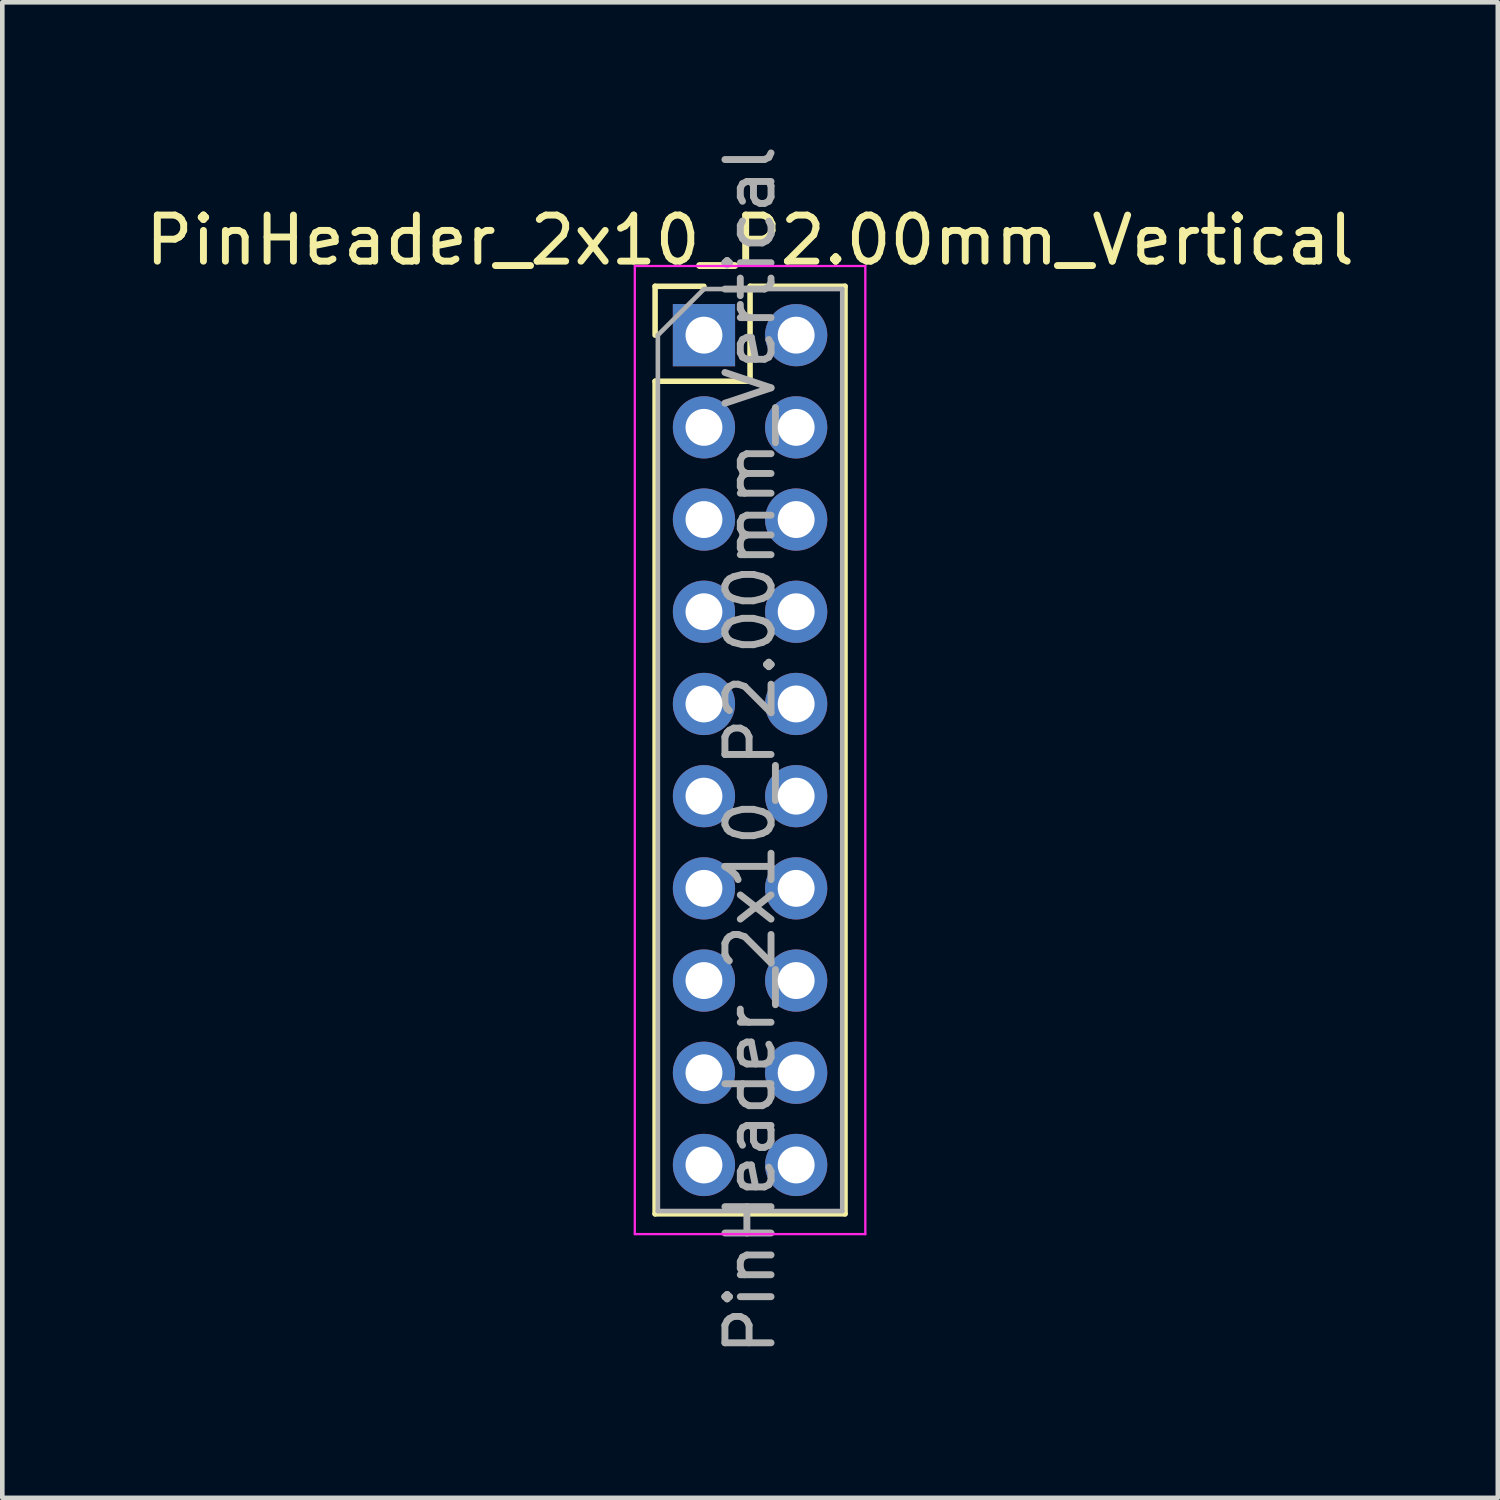
<source format=kicad_pcb>
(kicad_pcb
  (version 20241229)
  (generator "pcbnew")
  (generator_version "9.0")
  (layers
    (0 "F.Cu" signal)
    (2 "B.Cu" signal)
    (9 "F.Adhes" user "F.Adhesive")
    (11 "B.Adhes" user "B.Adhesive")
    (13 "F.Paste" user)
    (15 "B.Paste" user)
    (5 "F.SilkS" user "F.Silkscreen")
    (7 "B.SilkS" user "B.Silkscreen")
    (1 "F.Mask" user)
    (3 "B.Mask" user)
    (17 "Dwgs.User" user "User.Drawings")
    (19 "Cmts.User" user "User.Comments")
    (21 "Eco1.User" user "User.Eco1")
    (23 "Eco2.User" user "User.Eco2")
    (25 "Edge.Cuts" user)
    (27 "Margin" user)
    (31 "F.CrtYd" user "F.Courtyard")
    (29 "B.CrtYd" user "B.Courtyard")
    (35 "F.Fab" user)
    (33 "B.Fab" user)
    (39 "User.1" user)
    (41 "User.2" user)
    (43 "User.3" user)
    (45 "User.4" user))
  (footprint "PinHeader_2x10_P2.00mm_Vertical"
    (layer "F.Cu")
    (at 12.22 4.22)
    (property "Reference" "PinHeader_2x10_P2.00mm_Vertical" (at 1 -2.06 0) (layer "F.SilkS") (effects (font (size 1 1) (thickness 0.15))))
    (attr through_hole)
    (fp_line (start -1.06 -1.06) (end 0 -1.06) (stroke (width 0.12) (type solid)) (layer "F.SilkS"))
    (fp_line (start -1.06 0) (end -1.06 -1.06) (stroke (width 0.12) (type solid)) (layer "F.SilkS"))
    (fp_line (start -1.06 1) (end -1.06 19.06) (stroke (width 0.12) (type solid)) (layer "F.SilkS"))
    (fp_line (start -1.06 1) (end 1 1) (stroke (width 0.12) (type solid)) (layer "F.SilkS"))
    (fp_line (start -1.06 19.06) (end 3.06 19.06) (stroke (width 0.12) (type solid)) (layer "F.SilkS"))
    (fp_line (start 1 -1.06) (end 3.06 -1.06) (stroke (width 0.12) (type solid)) (layer "F.SilkS"))
    (fp_line (start 1 1) (end 1 -1.06) (stroke (width 0.12) (type solid)) (layer "F.SilkS"))
    (fp_line (start 3.06 -1.06) (end 3.06 19.06) (stroke (width 0.12) (type solid)) (layer "F.SilkS"))
    (fp_line (start -1.5 -1.5) (end -1.5 19.5) (stroke (width 0.05) (type solid)) (layer "F.CrtYd"))
    (fp_line (start -1.5 19.5) (end 3.5 19.5) (stroke (width 0.05) (type solid)) (layer "F.CrtYd"))
    (fp_line (start 3.5 -1.5) (end -1.5 -1.5) (stroke (width 0.05) (type solid)) (layer "F.CrtYd"))
    (fp_line (start 3.5 19.5) (end 3.5 -1.5) (stroke (width 0.05) (type solid)) (layer "F.CrtYd"))
    (fp_line (start -1 0) (end 0 -1) (stroke (width 0.1) (type solid)) (layer "F.Fab"))
    (fp_line (start -1 19) (end -1 0) (stroke (width 0.1) (type solid)) (layer "F.Fab"))
    (fp_line (start 0 -1) (end 3 -1) (stroke (width 0.1) (type solid)) (layer "F.Fab"))
    (fp_line (start 3 -1) (end 3 19) (stroke (width 0.1) (type solid)) (layer "F.Fab"))
    (fp_line (start 3 19) (end -1 19) (stroke (width 0.1) (type solid)) (layer "F.Fab"))
    (fp_text user "${REFERENCE}" (at 1 9 90) (layer "F.Fab") (effects (font (size 1 1) (thickness 0.15))))
    (pad "1" thru_hole rect (at 0 0) (size 1.35 1.35) (drill 0.8) (layers "*.Cu" "*.Mask"))
    (pad "2" thru_hole oval (at 2 0) (size 1.35 1.35) (drill 0.8) (layers "*.Cu" "*.Mask"))
    (pad "3" thru_hole oval (at 0 2) (size 1.35 1.35) (drill 0.8) (layers "*.Cu" "*.Mask"))
    (pad "4" thru_hole oval (at 2 2) (size 1.35 1.35) (drill 0.8) (layers "*.Cu" "*.Mask"))
    (pad "5" thru_hole oval (at 0 4) (size 1.35 1.35) (drill 0.8) (layers "*.Cu" "*.Mask"))
    (pad "6" thru_hole oval (at 2 4) (size 1.35 1.35) (drill 0.8) (layers "*.Cu" "*.Mask"))
    (pad "7" thru_hole oval (at 0 6) (size 1.35 1.35) (drill 0.8) (layers "*.Cu" "*.Mask"))
    (pad "8" thru_hole oval (at 2 6) (size 1.35 1.35) (drill 0.8) (layers "*.Cu" "*.Mask"))
    (pad "9" thru_hole oval (at 0 8) (size 1.35 1.35) (drill 0.8) (layers "*.Cu" "*.Mask"))
    (pad "10" thru_hole oval (at 2 8) (size 1.35 1.35) (drill 0.8) (layers "*.Cu" "*.Mask"))
    (pad "11" thru_hole oval (at 0 10) (size 1.35 1.35) (drill 0.8) (layers "*.Cu" "*.Mask"))
    (pad "12" thru_hole oval (at 2 10) (size 1.35 1.35) (drill 0.8) (layers "*.Cu" "*.Mask"))
    (pad "13" thru_hole oval (at 0 12) (size 1.35 1.35) (drill 0.8) (layers "*.Cu" "*.Mask"))
    (pad "14" thru_hole oval (at 2 12) (size 1.35 1.35) (drill 0.8) (layers "*.Cu" "*.Mask"))
    (pad "15" thru_hole oval (at 0 14) (size 1.35 1.35) (drill 0.8) (layers "*.Cu" "*.Mask"))
    (pad "16" thru_hole oval (at 2 14) (size 1.35 1.35) (drill 0.8) (layers "*.Cu" "*.Mask"))
    (pad "17" thru_hole oval (at 0 16) (size 1.35 1.35) (drill 0.8) (layers "*.Cu" "*.Mask"))
    (pad "18" thru_hole oval (at 2 16) (size 1.35 1.35) (drill 0.8) (layers "*.Cu" "*.Mask"))
    (pad "19" thru_hole oval (at 0 18) (size 1.35 1.35) (drill 0.8) (layers "*.Cu" "*.Mask"))
    (pad "20" thru_hole oval (at 2 18) (size 1.35 1.35) (drill 0.8) (layers "*.Cu" "*.Mask")))
  (gr_rect
    (start -3 -3)
    (end 29.44 29.44)
    (stroke (width 0.1) (type default))
    (fill no)
    (layer "Edge.Cuts")))
</source>
